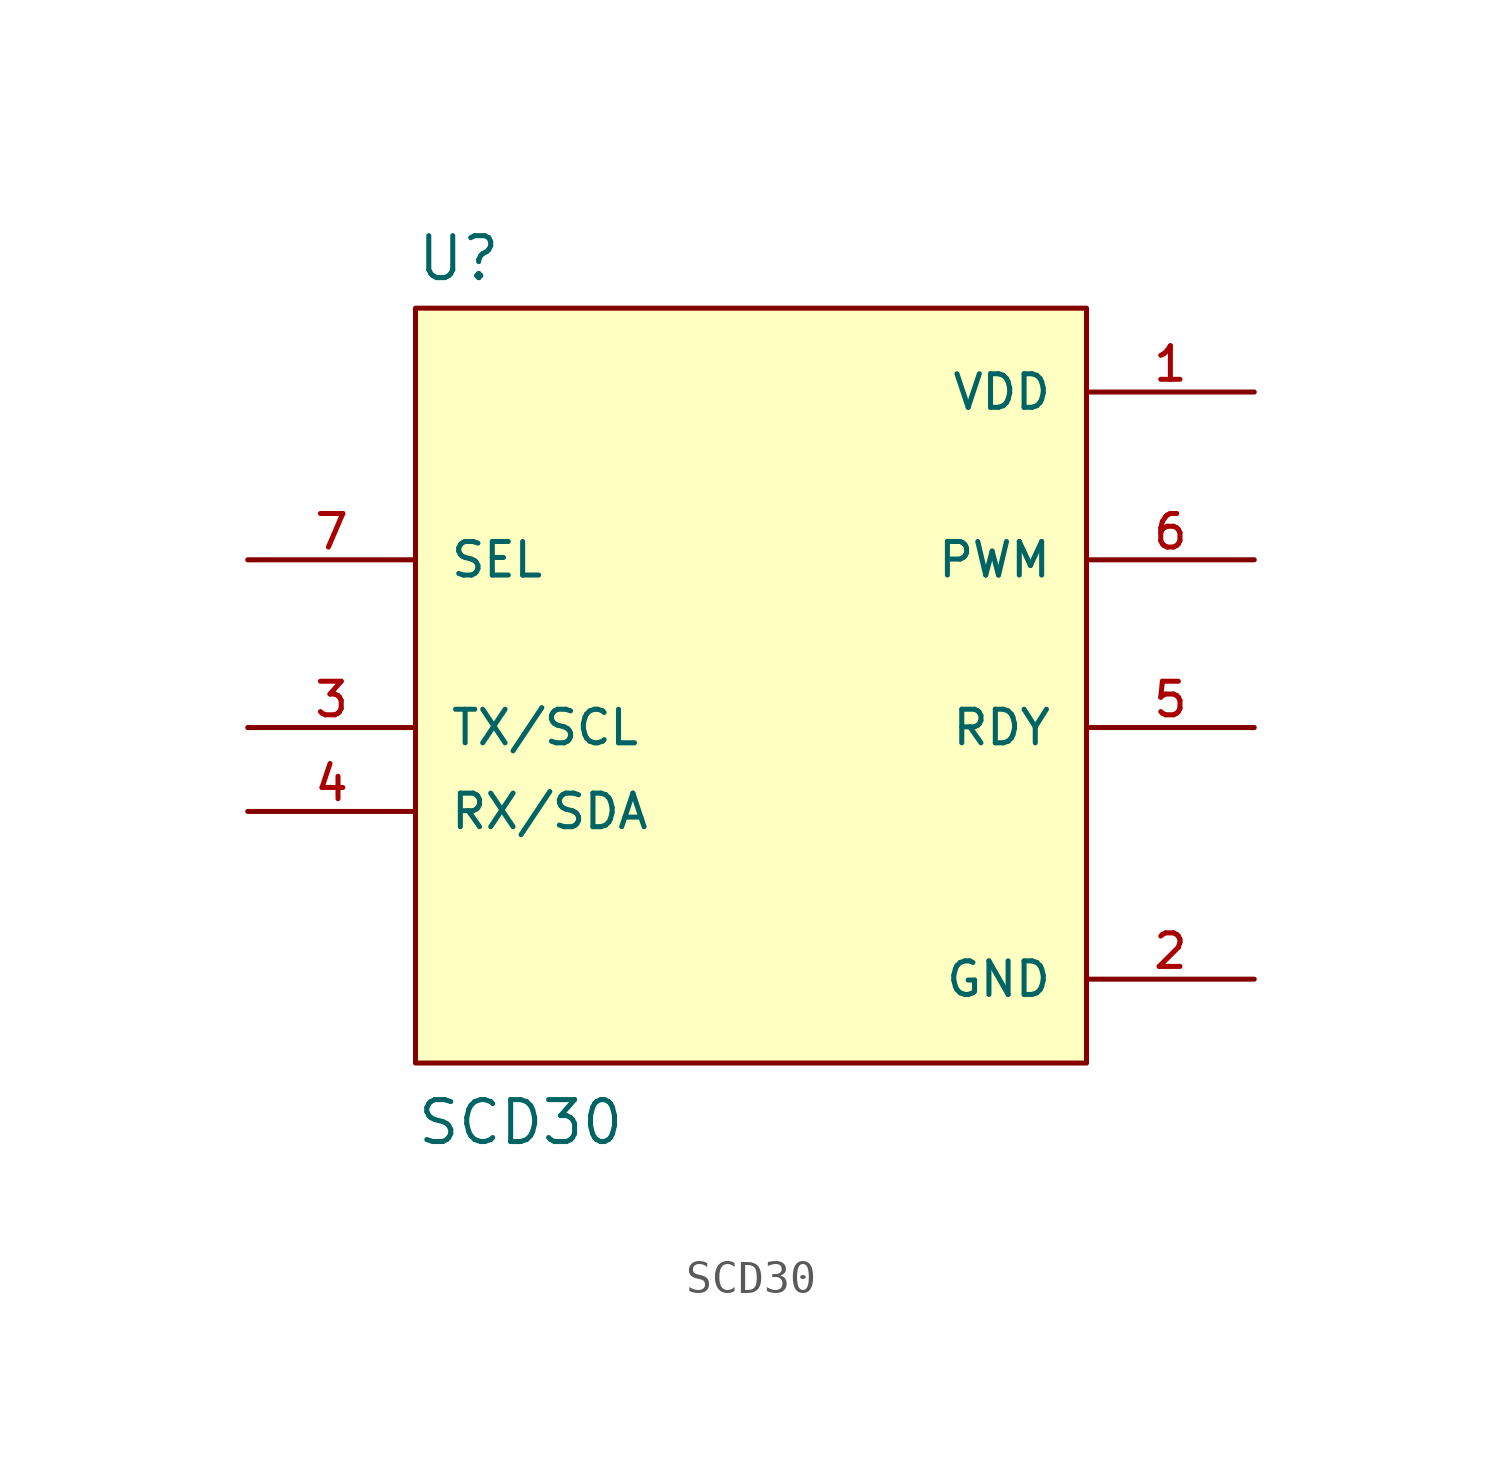
<source format=kicad_sym>
(kicad_symbol_lib
  (version 20211014)
  (generator kicad_symbol_editor)
  (symbol "SCD30"
    (pin_names
      (offset 1.016))
    (property "Reference" "U"
      (at -10.16 13.462 0)
      (effects (font (size 1.27 1.27)) (justify left bottom)))
    (property "Value" "SCD30"
      (at -10.16 -12.7 0)
      (effects (font (size 1.27 1.27)) (justify left bottom)))
    (symbol "SCD30_0_0"
      (rectangle (start -10.16 -10.16) (end 10.16 12.7) (stroke (width 0.152) (type default) (color 0 0 0 0)) (fill (type background)))
      (pin power_in line (at 15.24 10.16 180) (length 5.08) (name "VDD" (effects (font (size 1.016 1.016)))) (number "1" (effects (font (size 1.016 1.016)))))
      (pin power_in line (at 15.24 -7.62 180) (length 5.08) (name "GND" (effects (font (size 1.016 1.016)))) (number "2" (effects (font (size 1.016 1.016)))))
      (pin bidirectional line (at -15.24 0 0) (length 5.08) (name "TX/SCL" (effects (font (size 1.016 1.016)))) (number "3" (effects (font (size 1.016 1.016)))))
      (pin bidirectional line (at -15.24 -2.54 0) (length 5.08) (name "RX/SDA" (effects (font (size 1.016 1.016)))) (number "4" (effects (font (size 1.016 1.016)))))
      (pin bidirectional line (at 15.24 0 180) (length 5.08) (name "RDY" (effects (font (size 1.016 1.016)))) (number "5" (effects (font (size 1.016 1.016)))))
      (pin output line (at 15.24 5.08 180) (length 5.08) (name "PWM" (effects (font (size 1.016 1.016)))) (number "6" (effects (font (size 1.016 1.016)))))
      (pin input line (at -15.24 5.08 0) (length 5.08) (name "SEL" (effects (font (size 1.016 1.016)))) (number "7" (effects (font (size 1.016 1.016))))))))
</source>
